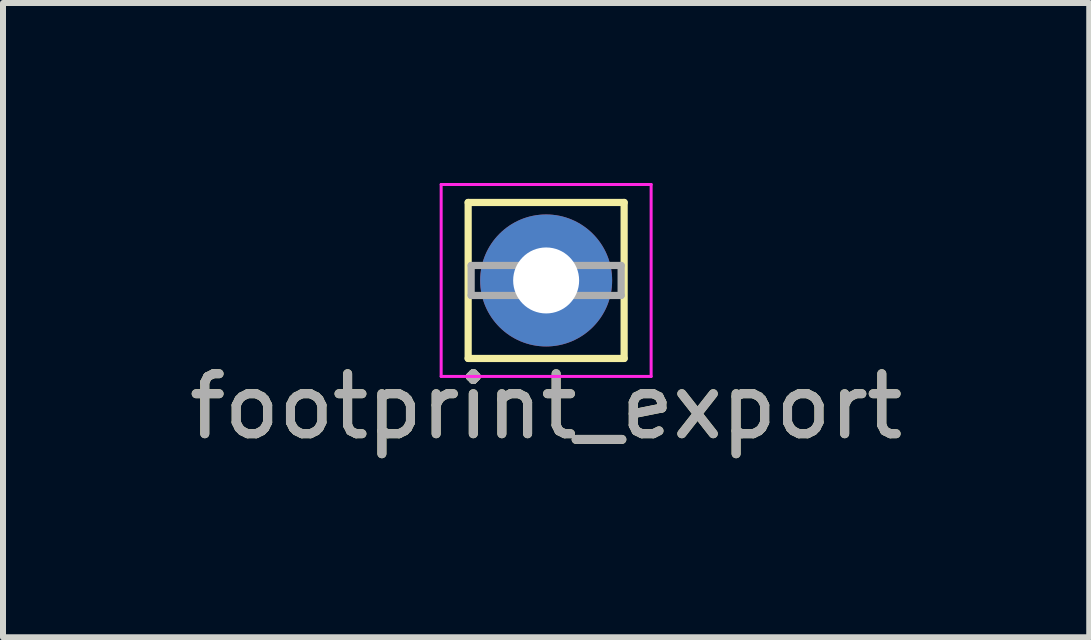
<source format=kicad_pcb>
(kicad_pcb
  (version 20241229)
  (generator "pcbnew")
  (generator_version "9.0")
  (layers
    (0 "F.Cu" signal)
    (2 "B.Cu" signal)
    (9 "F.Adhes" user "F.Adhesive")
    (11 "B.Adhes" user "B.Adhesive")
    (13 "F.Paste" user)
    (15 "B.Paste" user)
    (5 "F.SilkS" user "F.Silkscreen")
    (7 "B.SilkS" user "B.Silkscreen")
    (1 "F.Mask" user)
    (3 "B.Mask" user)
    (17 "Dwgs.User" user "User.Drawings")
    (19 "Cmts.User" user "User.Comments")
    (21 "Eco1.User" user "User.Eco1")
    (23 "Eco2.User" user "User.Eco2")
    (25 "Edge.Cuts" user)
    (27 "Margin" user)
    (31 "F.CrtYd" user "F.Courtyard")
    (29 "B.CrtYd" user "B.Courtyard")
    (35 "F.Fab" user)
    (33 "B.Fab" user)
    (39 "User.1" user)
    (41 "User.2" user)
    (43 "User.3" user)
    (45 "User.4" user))
  (footprint "footprint_export"
    (layer "F.Cu")
    (at 6.054 1.625)
    (property "Reference" "footprint_export" (at 0 2.1 0) (layer "F.SilkS") (effects (font (size 1 1) (thickness 0.15))))
    (attr through_hole)
    (fp_line (start -1.3 -1.3) (end 1.3 -1.3) (stroke (width 0.12) (type solid)) (layer "F.SilkS"))
    (fp_line (start -1.3 1.3) (end -1.3 -1.3) (stroke (width 0.12) (type solid)) (layer "F.SilkS"))
    (fp_line (start -1.3 1.3) (end 1.3 1.3) (stroke (width 0.12) (type solid)) (layer "F.SilkS"))
    (fp_line (start 1.3 -1.3) (end 1.3 1.3) (stroke (width 0.12) (type solid)) (layer "F.SilkS"))
    (fp_line (start -1.75 -1.6) (end -1.75 1.6) (stroke (width 0.05) (type solid)) (layer "F.CrtYd"))
    (fp_line (start -1.75 -1.6) (end 1.75 -1.6) (stroke (width 0.05) (type solid)) (layer "F.CrtYd"))
    (fp_line (start 1.75 1.6) (end -1.75 1.6) (stroke (width 0.05) (type solid)) (layer "F.CrtYd"))
    (fp_line (start 1.75 1.6) (end 1.75 -1.6) (stroke (width 0.05) (type solid)) (layer "F.CrtYd"))
    (fp_line (start -1.25 -0.25) (end -1.25 0.25) (stroke (width 0.12) (type solid)) (layer "F.Fab"))
    (fp_line (start -1.25 0.25) (end 1.25 0.25) (stroke (width 0.12) (type solid)) (layer "F.Fab"))
    (fp_line (start 1.25 -0.25) (end -1.25 -0.25) (stroke (width 0.12) (type solid)) (layer "F.Fab"))
    (fp_line (start 1.25 0.25) (end 1.25 -0.25) (stroke (width 0.12) (type solid)) (layer "F.Fab"))
    (fp_text user "${REFERENCE}" (at 0 2.1 0) (layer "F.Fab") (effects (font (size 1 1) (thickness 0.15))))
    (pad "1" thru_hole circle (at 0 0) (size 2.2 2.2) (drill 1.1) (layers "*.Cu" "*.Mask")))
  (gr_rect
    (start -3 -3)
    (end 15.107 7.573)
    (stroke (width 0.1) (type default))
    (fill no)
    (layer "Edge.Cuts")))
</source>
